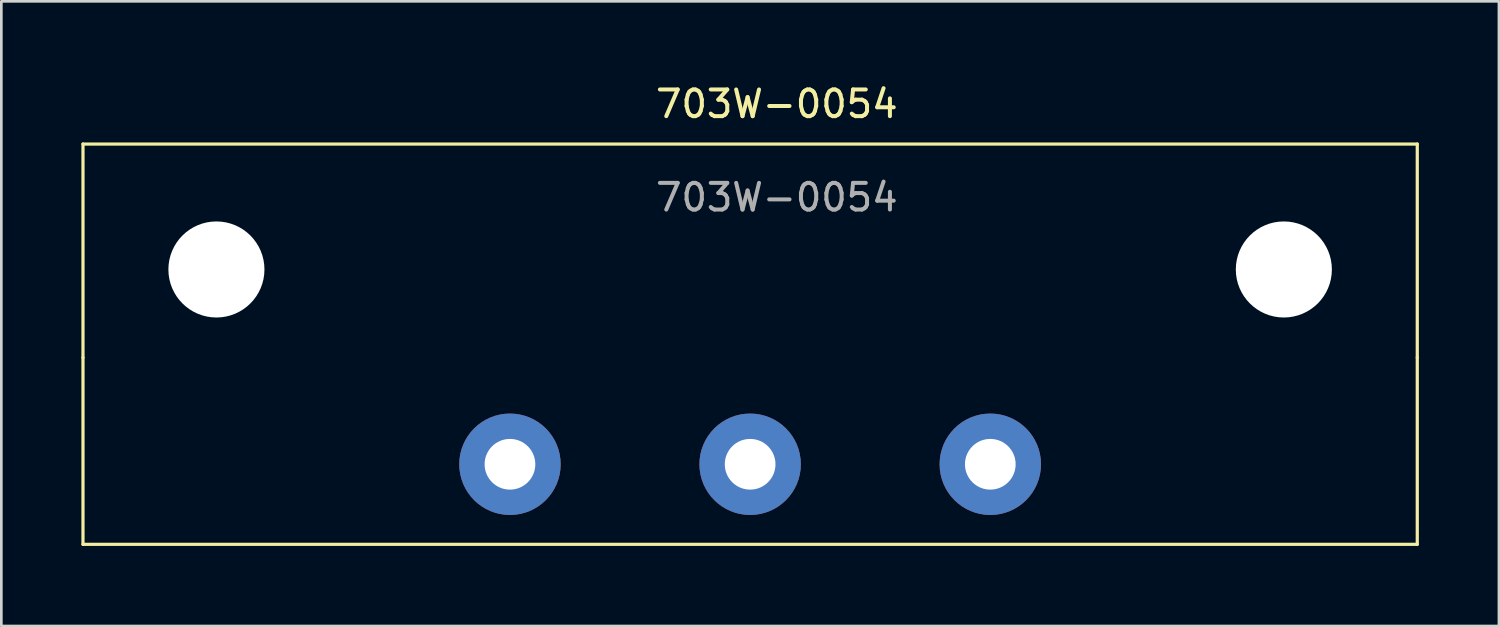
<source format=kicad_pcb>
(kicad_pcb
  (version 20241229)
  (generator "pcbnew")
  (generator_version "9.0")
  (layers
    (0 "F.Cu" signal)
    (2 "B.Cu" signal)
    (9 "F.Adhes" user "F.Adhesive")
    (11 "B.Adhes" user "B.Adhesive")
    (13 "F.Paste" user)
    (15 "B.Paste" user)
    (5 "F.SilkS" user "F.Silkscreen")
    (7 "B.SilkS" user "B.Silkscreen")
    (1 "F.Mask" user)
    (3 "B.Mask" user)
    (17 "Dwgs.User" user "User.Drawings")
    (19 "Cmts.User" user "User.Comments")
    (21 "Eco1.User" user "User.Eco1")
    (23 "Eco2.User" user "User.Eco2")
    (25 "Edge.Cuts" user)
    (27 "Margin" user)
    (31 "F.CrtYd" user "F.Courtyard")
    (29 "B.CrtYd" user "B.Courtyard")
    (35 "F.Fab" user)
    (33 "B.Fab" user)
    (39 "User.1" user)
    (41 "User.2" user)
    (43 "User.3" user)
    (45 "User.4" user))
  (footprint "703W-0054"
    (layer "F.Cu")
    (at 16.06 14.348)
    (property "Reference" "703W-0054" (at 10 -13.5 0) (unlocked yes) (layer "F.SilkS") (effects (font (size 1 1) (thickness 0.15))))
    (attr through_hole)
    (fp_line (start -16 -12) (end 34 -12) (stroke (width 0.12) (type solid)) (layer "F.SilkS"))
    (fp_line (start -16 -4) (end -16 -12) (stroke (width 0.12) (type solid)) (layer "F.SilkS"))
    (fp_line (start -16 -4) (end -16 3) (stroke (width 0.12) (type solid)) (layer "F.SilkS"))
    (fp_line (start -16 3) (end 34 3) (stroke (width 0.12) (type solid)) (layer "F.SilkS"))
    (fp_line (start 34 -12) (end 34 -4) (stroke (width 0.12) (type solid)) (layer "F.SilkS"))
    (fp_line (start 34 3) (end 34 -4) (stroke (width 0.12) (type solid)) (layer "F.SilkS"))
    (fp_text user "${REFERENCE}" (at 10 -10 0) (unlocked yes) (layer "F.Fab") (effects (font (size 1 1) (thickness 0.15))))
    (pad "" np_thru_hole circle (at -11 -7.3) (size 3.6 3.6) (drill 3.6) (layers "*.Cu" "*.Mask"))
    (pad "" np_thru_hole circle (at 29 -7.3) (size 3.6 3.6) (drill 3.6) (layers "*.Cu" "*.Mask"))
    (pad "1" thru_hole circle (at 0 0) (size 3.8 3.8) (drill 1.9) (layers "*.Cu" "*.Mask"))
    (pad "2" thru_hole circle (at 9 0) (size 3.8 3.8) (drill 1.9) (layers "*.Cu" "*.Mask"))
    (pad "3" thru_hole circle (at 18 0) (size 3.8 3.8) (drill 1.9) (layers "*.Cu" "*.Mask")))
  (gr_rect
    (start -3 -3)
    (end 53.12 20.408)
    (stroke (width 0.1) (type default))
    (fill no)
    (layer "Edge.Cuts")))
</source>
